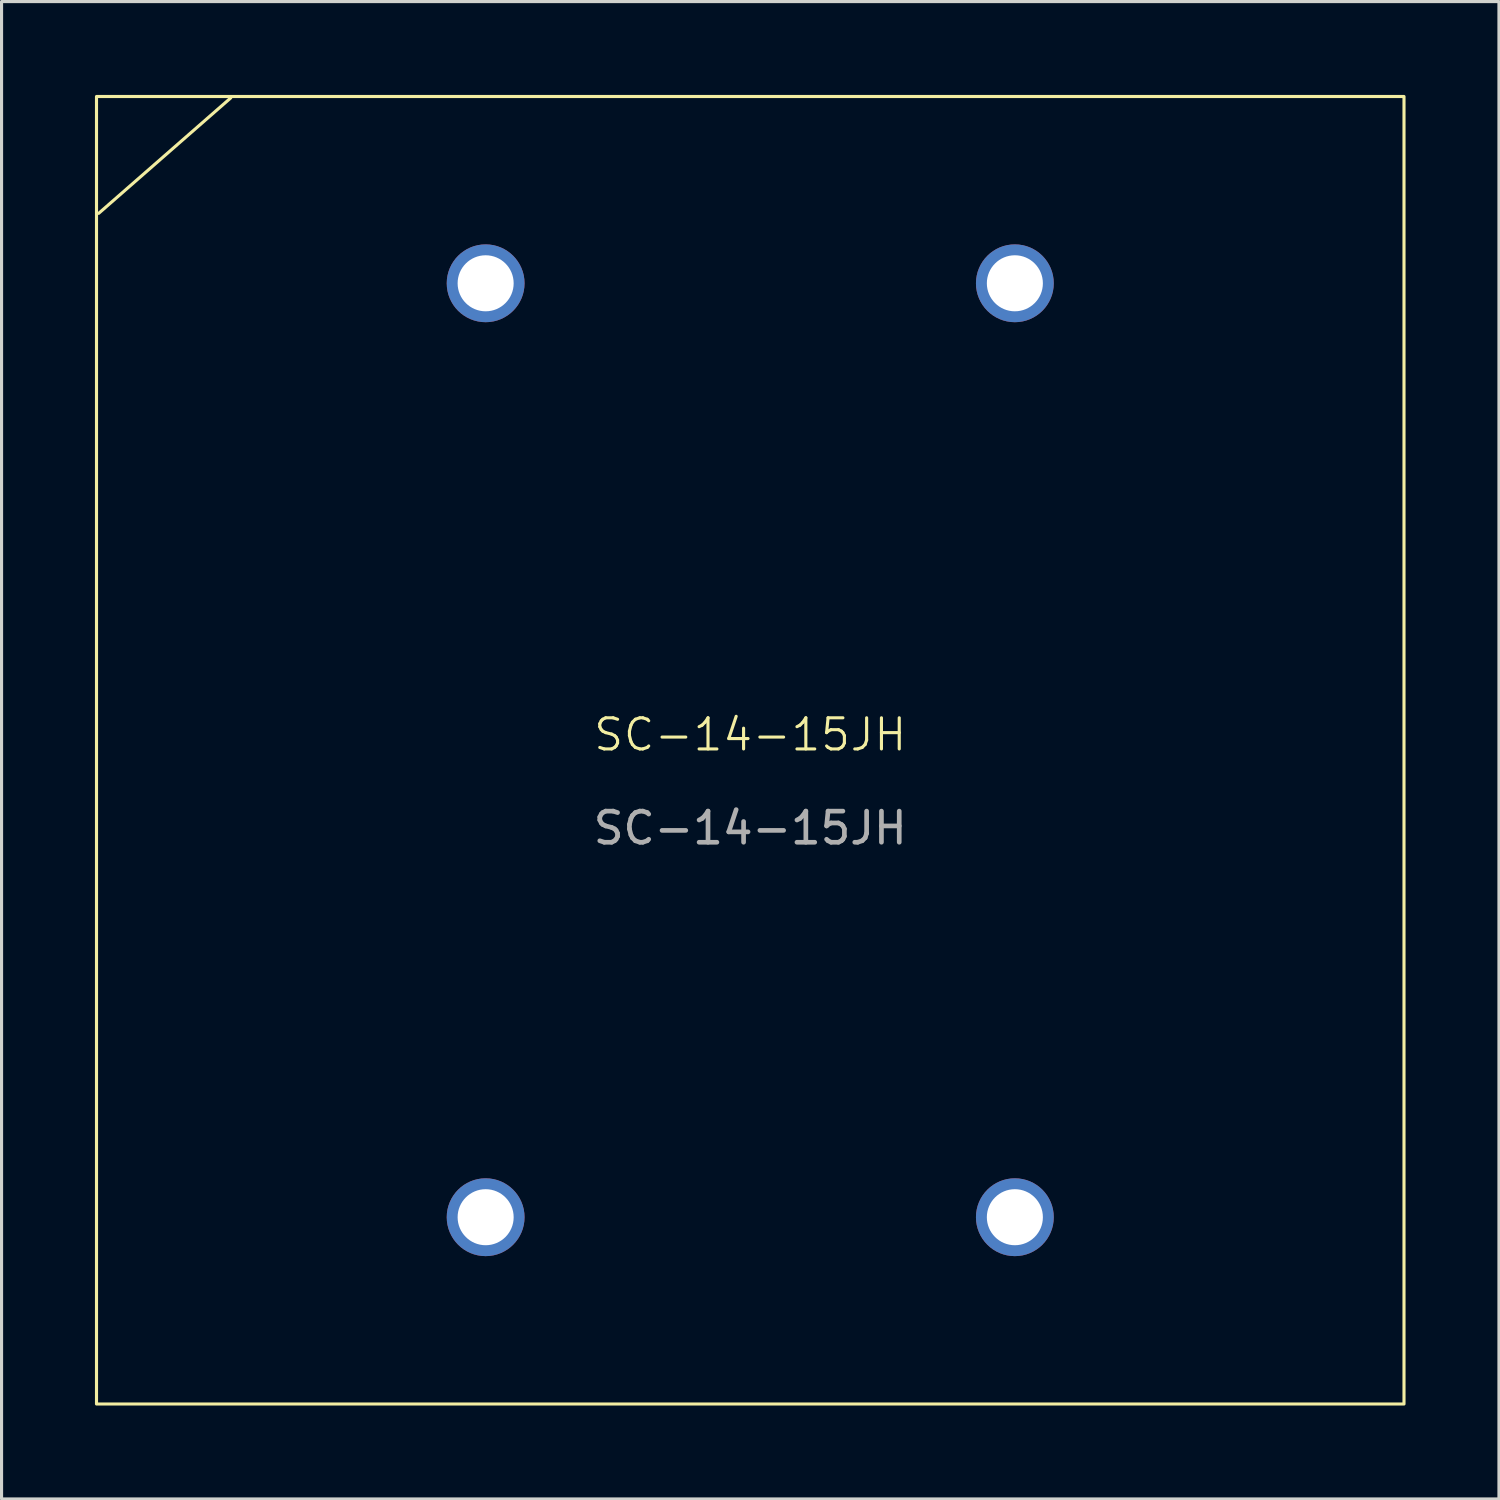
<source format=kicad_pcb>
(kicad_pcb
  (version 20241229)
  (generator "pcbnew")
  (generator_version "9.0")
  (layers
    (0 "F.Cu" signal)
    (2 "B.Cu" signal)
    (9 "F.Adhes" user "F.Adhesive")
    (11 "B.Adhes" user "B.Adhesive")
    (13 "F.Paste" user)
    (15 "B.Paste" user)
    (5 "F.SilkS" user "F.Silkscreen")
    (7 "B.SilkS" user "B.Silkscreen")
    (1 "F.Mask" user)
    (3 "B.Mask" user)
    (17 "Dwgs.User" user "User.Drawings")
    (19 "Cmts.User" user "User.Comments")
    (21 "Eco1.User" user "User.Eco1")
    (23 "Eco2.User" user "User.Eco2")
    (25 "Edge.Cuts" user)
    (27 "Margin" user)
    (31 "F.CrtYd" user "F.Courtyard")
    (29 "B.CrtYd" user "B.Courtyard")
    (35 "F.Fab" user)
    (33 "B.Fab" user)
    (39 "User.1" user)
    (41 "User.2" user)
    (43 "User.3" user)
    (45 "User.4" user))
  (footprint "SC-14-15JH"
    (layer "F.Cu")
    (at 21.05 21.05)
    (property "Reference" "SC-14-15JH" (at 0 -0.5 0) (unlocked yes) (layer "F.SilkS") (effects (font (size 1 1) (thickness 0.1))))
    (attr through_hole)
    (fp_line (start -16.688 -20.955) (end -20.93 -17.247) (stroke (width 0.1) (type default)) (layer "F.SilkS"))
    (fp_rect (start -21 -21) (end 21 21) (stroke (width 0.1) (type default)) (fill no) (layer "F.SilkS"))
    (fp_text user "${REFERENCE}" (at 0 2.5 0) (unlocked yes) (layer "F.Fab") (effects (font (size 1 1) (thickness 0.15))))
    (pad "1" thru_hole circle (at -8.5 -15) (size 2.5 2.5) (drill 1.8) (layers "*.Cu" "*.Mask"))
    (pad "2" thru_hole circle (at 8.5 -15) (size 2.5 2.5) (drill 1.8) (layers "*.Cu" "*.Mask"))
    (pad "3" thru_hole circle (at 8.5 15) (size 2.5 2.5) (drill 1.8) (layers "*.Cu" "*.Mask"))
    (pad "4" thru_hole circle (at -8.5 15) (size 2.5 2.5) (drill 1.8) (layers "*.Cu" "*.Mask")))
  (gr_rect
    (start -3 -3)
    (end 45.1 45.1)
    (stroke (width 0.1) (type default))
    (fill no)
    (layer "Edge.Cuts")))
</source>
